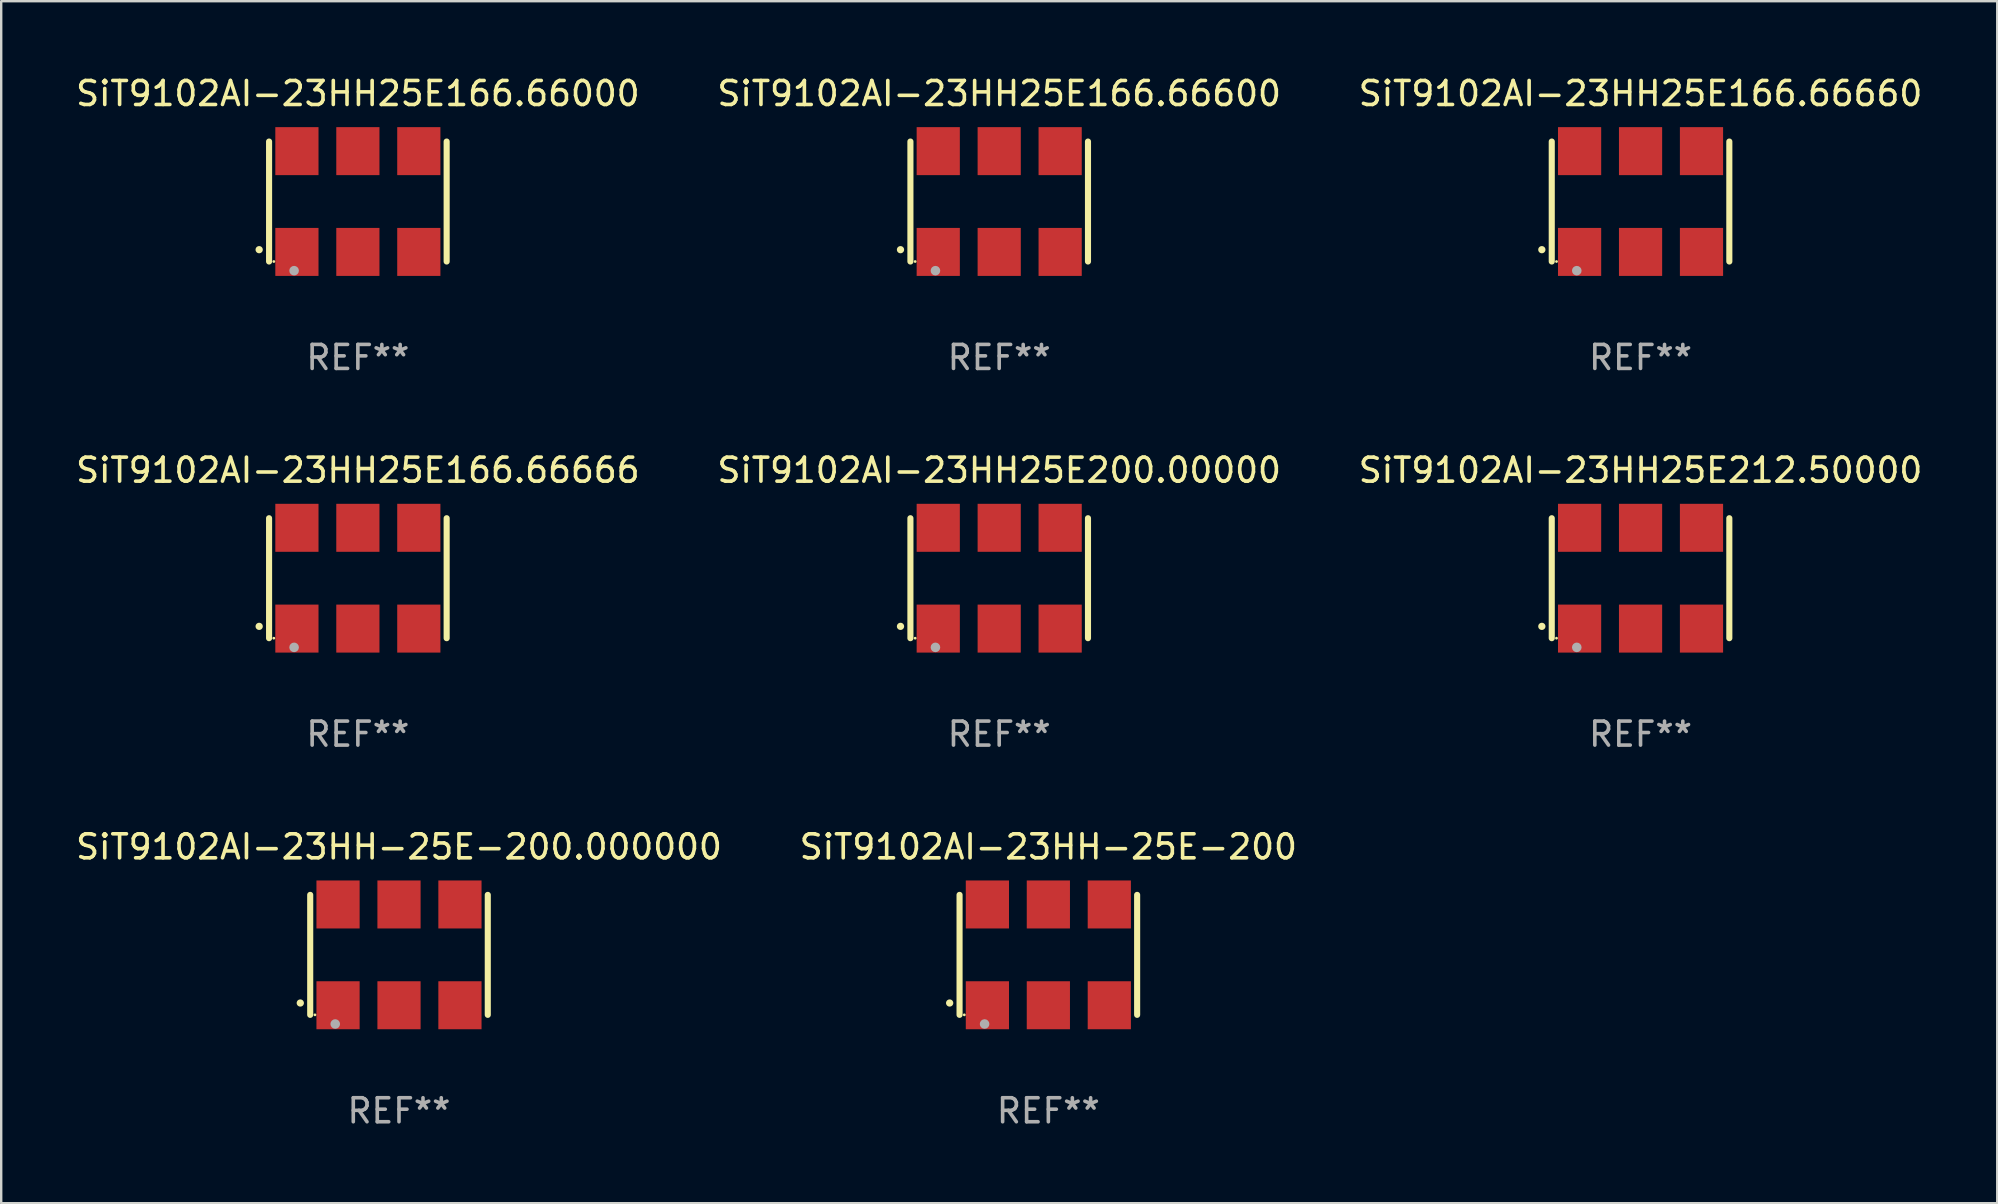
<source format=kicad_pcb>
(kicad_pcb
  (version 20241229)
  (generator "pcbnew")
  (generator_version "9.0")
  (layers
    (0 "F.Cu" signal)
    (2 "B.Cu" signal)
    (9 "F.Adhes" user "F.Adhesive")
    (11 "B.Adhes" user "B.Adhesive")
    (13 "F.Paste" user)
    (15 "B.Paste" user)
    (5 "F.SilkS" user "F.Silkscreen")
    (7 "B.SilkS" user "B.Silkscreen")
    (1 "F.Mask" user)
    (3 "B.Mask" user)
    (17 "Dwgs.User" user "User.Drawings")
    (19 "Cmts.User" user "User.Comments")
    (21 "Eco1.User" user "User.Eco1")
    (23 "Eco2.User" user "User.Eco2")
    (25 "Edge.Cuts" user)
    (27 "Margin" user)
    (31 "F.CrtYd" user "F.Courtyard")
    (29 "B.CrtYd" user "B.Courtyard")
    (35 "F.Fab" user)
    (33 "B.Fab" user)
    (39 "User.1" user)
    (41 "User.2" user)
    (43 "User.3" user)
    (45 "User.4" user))
  (footprint "SiT9102AI-23HH-25E-200.000000"
    (layer "F.Cu")
    (at 13.577 36.741)
    (property "Reference" "SiT9102AI-23HH-25E-200.000000" (at 0 -4.5 0) (layer "F.SilkS") (effects (font (size 1 1) (thickness 0.15))))
    (attr through_hole)
    (fp_line (start -3.7 -2.5) (end -3.7 2.5) (stroke (width 0.254) (type solid)) (layer "F.SilkS"))
    (fp_line (start 3.7 -2.5) (end 3.7 2.5) (stroke (width 0.254) (type solid)) (layer "F.SilkS"))
    (fp_arc (start -4.114415 2.006604) (mid -4.113145 2.006599) (end -4.111875 2.006604) (stroke (width 0.3) (type solid)) (layer "F.SilkS"))
    (fp_circle (center -3.502 2.5) (end -3.472 2.5) (stroke (width 0.06) (type solid)) (fill no) (layer "F.SilkS"))
    (fp_circle (center -2.657 2.882) (end -2.557 2.882) (stroke (width 0.2) (type solid)) (fill no) (layer "F.Fab"))
    (fp_text user "REF**" (at 0 6.5 0) (layer "F.Fab") (effects (font (size 1 1) (thickness 0.15))))
    (pad "1" smd rect (at -2.54 2.1) (size 1.8 2) (layers "F.Cu" "F.Mask" "F.Paste"))
    (pad "2" smd rect (at 0.000394 2.1) (size 1.8 2) (layers "F.Cu" "F.Mask" "F.Paste"))
    (pad "3" smd rect (at 2.54 2.1) (size 1.8 2) (layers "F.Cu" "F.Mask" "F.Paste"))
    (pad "4" smd rect (at 2.54 -2.1) (size 1.8 2) (layers "F.Cu" "F.Mask" "F.Paste"))
    (pad "5" smd rect (at 0.000394 -2.1) (size 1.8 2) (layers "F.Cu" "F.Mask" "F.Paste"))
    (pad "6" smd rect (at -2.54 -2.1) (size 1.8 2) (layers "F.Cu" "F.Mask" "F.Paste")))
  (footprint "SiT9102AI-23HH25E166.66666"
    (layer "F.Cu")
    (at 11.863 21.045)
    (property "Reference" "SiT9102AI-23HH25E166.66666" (at 0 -4.5 0) (layer "F.SilkS") (effects (font (size 1 1) (thickness 0.15))))
    (attr through_hole)
    (fp_line (start -3.7 -2.5) (end -3.7 2.5) (stroke (width 0.254) (type solid)) (layer "F.SilkS"))
    (fp_line (start 3.7 -2.5) (end 3.7 2.5) (stroke (width 0.254) (type solid)) (layer "F.SilkS"))
    (fp_arc (start -4.114415 2.006604) (mid -4.113145 2.006599) (end -4.111875 2.006604) (stroke (width 0.3) (type solid)) (layer "F.SilkS"))
    (fp_circle (center -3.502 2.5) (end -3.472 2.5) (stroke (width 0.06) (type solid)) (fill no) (layer "F.SilkS"))
    (fp_circle (center -2.657 2.882) (end -2.557 2.882) (stroke (width 0.2) (type solid)) (fill no) (layer "F.Fab"))
    (fp_text user "REF**" (at 0 6.5 0) (layer "F.Fab") (effects (font (size 1 1) (thickness 0.15))))
    (pad "1" smd rect (at -2.54 2.1) (size 1.8 2) (layers "F.Cu" "F.Mask" "F.Paste"))
    (pad "2" smd rect (at 0.000394 2.1) (size 1.8 2) (layers "F.Cu" "F.Mask" "F.Paste"))
    (pad "3" smd rect (at 2.54 2.1) (size 1.8 2) (layers "F.Cu" "F.Mask" "F.Paste"))
    (pad "4" smd rect (at 2.54 -2.1) (size 1.8 2) (layers "F.Cu" "F.Mask" "F.Paste"))
    (pad "5" smd rect (at 0.000394 -2.1) (size 1.8 2) (layers "F.Cu" "F.Mask" "F.Paste"))
    (pad "6" smd rect (at -2.54 -2.1) (size 1.8 2) (layers "F.Cu" "F.Mask" "F.Paste")))
  (footprint "SiT9102AI-23HH25E166.66600"
    (layer "F.Cu")
    (at 38.589 5.348)
    (property "Reference" "SiT9102AI-23HH25E166.66600" (at 0 -4.5 0) (layer "F.SilkS") (effects (font (size 1 1) (thickness 0.15))))
    (attr through_hole)
    (fp_line (start -3.7 -2.5) (end -3.7 2.5) (stroke (width 0.254) (type solid)) (layer "F.SilkS"))
    (fp_line (start 3.7 -2.5) (end 3.7 2.5) (stroke (width 0.254) (type solid)) (layer "F.SilkS"))
    (fp_arc (start -4.114415 2.006604) (mid -4.113145 2.006599) (end -4.111875 2.006604) (stroke (width 0.3) (type solid)) (layer "F.SilkS"))
    (fp_circle (center -3.502 2.5) (end -3.472 2.5) (stroke (width 0.06) (type solid)) (fill no) (layer "F.SilkS"))
    (fp_circle (center -2.657 2.882) (end -2.557 2.882) (stroke (width 0.2) (type solid)) (fill no) (layer "F.Fab"))
    (fp_text user "REF**" (at 0 6.5 0) (layer "F.Fab") (effects (font (size 1 1) (thickness 0.15))))
    (pad "1" smd rect (at -2.54 2.1) (size 1.8 2) (layers "F.Cu" "F.Mask" "F.Paste"))
    (pad "2" smd rect (at 0.000394 2.1) (size 1.8 2) (layers "F.Cu" "F.Mask" "F.Paste"))
    (pad "3" smd rect (at 2.54 2.1) (size 1.8 2) (layers "F.Cu" "F.Mask" "F.Paste"))
    (pad "4" smd rect (at 2.54 -2.1) (size 1.8 2) (layers "F.Cu" "F.Mask" "F.Paste"))
    (pad "5" smd rect (at 0.000394 -2.1) (size 1.8 2) (layers "F.Cu" "F.Mask" "F.Paste"))
    (pad "6" smd rect (at -2.54 -2.1) (size 1.8 2) (layers "F.Cu" "F.Mask" "F.Paste")))
  (footprint "SiT9102AI-23HH25E166.66000"
    (layer "F.Cu")
    (at 11.863 5.348)
    (property "Reference" "SiT9102AI-23HH25E166.66000" (at 0 -4.5 0) (layer "F.SilkS") (effects (font (size 1 1) (thickness 0.15))))
    (attr through_hole)
    (fp_line (start -3.7 -2.5) (end -3.7 2.5) (stroke (width 0.254) (type solid)) (layer "F.SilkS"))
    (fp_line (start 3.7 -2.5) (end 3.7 2.5) (stroke (width 0.254) (type solid)) (layer "F.SilkS"))
    (fp_arc (start -4.114415 2.006604) (mid -4.113145 2.006599) (end -4.111875 2.006604) (stroke (width 0.3) (type solid)) (layer "F.SilkS"))
    (fp_circle (center -3.502 2.5) (end -3.472 2.5) (stroke (width 0.06) (type solid)) (fill no) (layer "F.SilkS"))
    (fp_circle (center -2.657 2.882) (end -2.557 2.882) (stroke (width 0.2) (type solid)) (fill no) (layer "F.Fab"))
    (fp_text user "REF**" (at 0 6.5 0) (layer "F.Fab") (effects (font (size 1 1) (thickness 0.15))))
    (pad "1" smd rect (at -2.54 2.1) (size 1.8 2) (layers "F.Cu" "F.Mask" "F.Paste"))
    (pad "2" smd rect (at 0.000394 2.1) (size 1.8 2) (layers "F.Cu" "F.Mask" "F.Paste"))
    (pad "3" smd rect (at 2.54 2.1) (size 1.8 2) (layers "F.Cu" "F.Mask" "F.Paste"))
    (pad "4" smd rect (at 2.54 -2.1) (size 1.8 2) (layers "F.Cu" "F.Mask" "F.Paste"))
    (pad "5" smd rect (at 0.000394 -2.1) (size 1.8 2) (layers "F.Cu" "F.Mask" "F.Paste"))
    (pad "6" smd rect (at -2.54 -2.1) (size 1.8 2) (layers "F.Cu" "F.Mask" "F.Paste")))
  (footprint "SiT9102AI-23HH25E212.50000"
    (layer "F.Cu")
    (at 65.315 21.045)
    (property "Reference" "SiT9102AI-23HH25E212.50000" (at 0 -4.5 0) (layer "F.SilkS") (effects (font (size 1 1) (thickness 0.15))))
    (attr through_hole)
    (fp_line (start -3.7 -2.5) (end -3.7 2.5) (stroke (width 0.254) (type solid)) (layer "F.SilkS"))
    (fp_line (start 3.7 -2.5) (end 3.7 2.5) (stroke (width 0.254) (type solid)) (layer "F.SilkS"))
    (fp_arc (start -4.114415 2.006604) (mid -4.113145 2.006599) (end -4.111875 2.006604) (stroke (width 0.3) (type solid)) (layer "F.SilkS"))
    (fp_circle (center -3.502 2.5) (end -3.472 2.5) (stroke (width 0.06) (type solid)) (fill no) (layer "F.SilkS"))
    (fp_circle (center -2.657 2.882) (end -2.557 2.882) (stroke (width 0.2) (type solid)) (fill no) (layer "F.Fab"))
    (fp_text user "REF**" (at 0 6.5 0) (layer "F.Fab") (effects (font (size 1 1) (thickness 0.15))))
    (pad "1" smd rect (at -2.54 2.1) (size 1.8 2) (layers "F.Cu" "F.Mask" "F.Paste"))
    (pad "2" smd rect (at 0.000394 2.1) (size 1.8 2) (layers "F.Cu" "F.Mask" "F.Paste"))
    (pad "3" smd rect (at 2.54 2.1) (size 1.8 2) (layers "F.Cu" "F.Mask" "F.Paste"))
    (pad "4" smd rect (at 2.54 -2.1) (size 1.8 2) (layers "F.Cu" "F.Mask" "F.Paste"))
    (pad "5" smd rect (at 0.000394 -2.1) (size 1.8 2) (layers "F.Cu" "F.Mask" "F.Paste"))
    (pad "6" smd rect (at -2.54 -2.1) (size 1.8 2) (layers "F.Cu" "F.Mask" "F.Paste")))
  (footprint "SiT9102AI-23HH25E166.66660"
    (layer "F.Cu")
    (at 65.315 5.348)
    (property "Reference" "SiT9102AI-23HH25E166.66660" (at 0 -4.5 0) (layer "F.SilkS") (effects (font (size 1 1) (thickness 0.15))))
    (attr through_hole)
    (fp_line (start -3.7 -2.5) (end -3.7 2.5) (stroke (width 0.254) (type solid)) (layer "F.SilkS"))
    (fp_line (start 3.7 -2.5) (end 3.7 2.5) (stroke (width 0.254) (type solid)) (layer "F.SilkS"))
    (fp_arc (start -4.114415 2.006604) (mid -4.113145 2.006599) (end -4.111875 2.006604) (stroke (width 0.3) (type solid)) (layer "F.SilkS"))
    (fp_circle (center -3.502 2.5) (end -3.472 2.5) (stroke (width 0.06) (type solid)) (fill no) (layer "F.SilkS"))
    (fp_circle (center -2.657 2.882) (end -2.557 2.882) (stroke (width 0.2) (type solid)) (fill no) (layer "F.Fab"))
    (fp_text user "REF**" (at 0 6.5 0) (layer "F.Fab") (effects (font (size 1 1) (thickness 0.15))))
    (pad "1" smd rect (at -2.54 2.1) (size 1.8 2) (layers "F.Cu" "F.Mask" "F.Paste"))
    (pad "2" smd rect (at 0.000394 2.1) (size 1.8 2) (layers "F.Cu" "F.Mask" "F.Paste"))
    (pad "3" smd rect (at 2.54 2.1) (size 1.8 2) (layers "F.Cu" "F.Mask" "F.Paste"))
    (pad "4" smd rect (at 2.54 -2.1) (size 1.8 2) (layers "F.Cu" "F.Mask" "F.Paste"))
    (pad "5" smd rect (at 0.000394 -2.1) (size 1.8 2) (layers "F.Cu" "F.Mask" "F.Paste"))
    (pad "6" smd rect (at -2.54 -2.1) (size 1.8 2) (layers "F.Cu" "F.Mask" "F.Paste")))
  (footprint "SiT9102AI-23HH-25E-200"
    (layer "F.Cu")
    (at 40.637 36.741)
    (property "Reference" "SiT9102AI-23HH-25E-200" (at 0 -4.5 0) (layer "F.SilkS") (effects (font (size 1 1) (thickness 0.15))))
    (attr through_hole)
    (fp_line (start -3.7 -2.5) (end -3.7 2.5) (stroke (width 0.254) (type solid)) (layer "F.SilkS"))
    (fp_line (start 3.7 -2.5) (end 3.7 2.5) (stroke (width 0.254) (type solid)) (layer "F.SilkS"))
    (fp_arc (start -4.114415 2.006604) (mid -4.113145 2.006599) (end -4.111875 2.006604) (stroke (width 0.3) (type solid)) (layer "F.SilkS"))
    (fp_circle (center -3.502 2.5) (end -3.472 2.5) (stroke (width 0.06) (type solid)) (fill no) (layer "F.SilkS"))
    (fp_circle (center -2.657 2.882) (end -2.557 2.882) (stroke (width 0.2) (type solid)) (fill no) (layer "F.Fab"))
    (fp_text user "REF**" (at 0 6.5 0) (layer "F.Fab") (effects (font (size 1 1) (thickness 0.15))))
    (pad "1" smd rect (at -2.54 2.1) (size 1.8 2) (layers "F.Cu" "F.Mask" "F.Paste"))
    (pad "2" smd rect (at 0.000394 2.1) (size 1.8 2) (layers "F.Cu" "F.Mask" "F.Paste"))
    (pad "3" smd rect (at 2.54 2.1) (size 1.8 2) (layers "F.Cu" "F.Mask" "F.Paste"))
    (pad "4" smd rect (at 2.54 -2.1) (size 1.8 2) (layers "F.Cu" "F.Mask" "F.Paste"))
    (pad "5" smd rect (at 0.000394 -2.1) (size 1.8 2) (layers "F.Cu" "F.Mask" "F.Paste"))
    (pad "6" smd rect (at -2.54 -2.1) (size 1.8 2) (layers "F.Cu" "F.Mask" "F.Paste")))
  (footprint "SiT9102AI-23HH25E200.00000"
    (layer "F.Cu")
    (at 38.589 21.045)
    (property "Reference" "SiT9102AI-23HH25E200.00000" (at 0 -4.5 0) (layer "F.SilkS") (effects (font (size 1 1) (thickness 0.15))))
    (attr through_hole)
    (fp_line (start -3.7 -2.5) (end -3.7 2.5) (stroke (width 0.254) (type solid)) (layer "F.SilkS"))
    (fp_line (start 3.7 -2.5) (end 3.7 2.5) (stroke (width 0.254) (type solid)) (layer "F.SilkS"))
    (fp_arc (start -4.114415 2.006604) (mid -4.113145 2.006599) (end -4.111875 2.006604) (stroke (width 0.3) (type solid)) (layer "F.SilkS"))
    (fp_circle (center -3.502 2.5) (end -3.472 2.5) (stroke (width 0.06) (type solid)) (fill no) (layer "F.SilkS"))
    (fp_circle (center -2.657 2.882) (end -2.557 2.882) (stroke (width 0.2) (type solid)) (fill no) (layer "F.Fab"))
    (fp_text user "REF**" (at 0 6.5 0) (layer "F.Fab") (effects (font (size 1 1) (thickness 0.15))))
    (pad "1" smd rect (at -2.54 2.1) (size 1.8 2) (layers "F.Cu" "F.Mask" "F.Paste"))
    (pad "2" smd rect (at 0.000394 2.1) (size 1.8 2) (layers "F.Cu" "F.Mask" "F.Paste"))
    (pad "3" smd rect (at 2.54 2.1) (size 1.8 2) (layers "F.Cu" "F.Mask" "F.Paste"))
    (pad "4" smd rect (at 2.54 -2.1) (size 1.8 2) (layers "F.Cu" "F.Mask" "F.Paste"))
    (pad "5" smd rect (at 0.000394 -2.1) (size 1.8 2) (layers "F.Cu" "F.Mask" "F.Paste"))
    (pad "6" smd rect (at -2.54 -2.1) (size 1.8 2) (layers "F.Cu" "F.Mask" "F.Paste")))
  (gr_rect
    (start -3 -3)
    (end 80.179 47.09)
    (stroke (width 0.1) (type default))
    (fill no)
    (layer "Edge.Cuts")))
</source>
